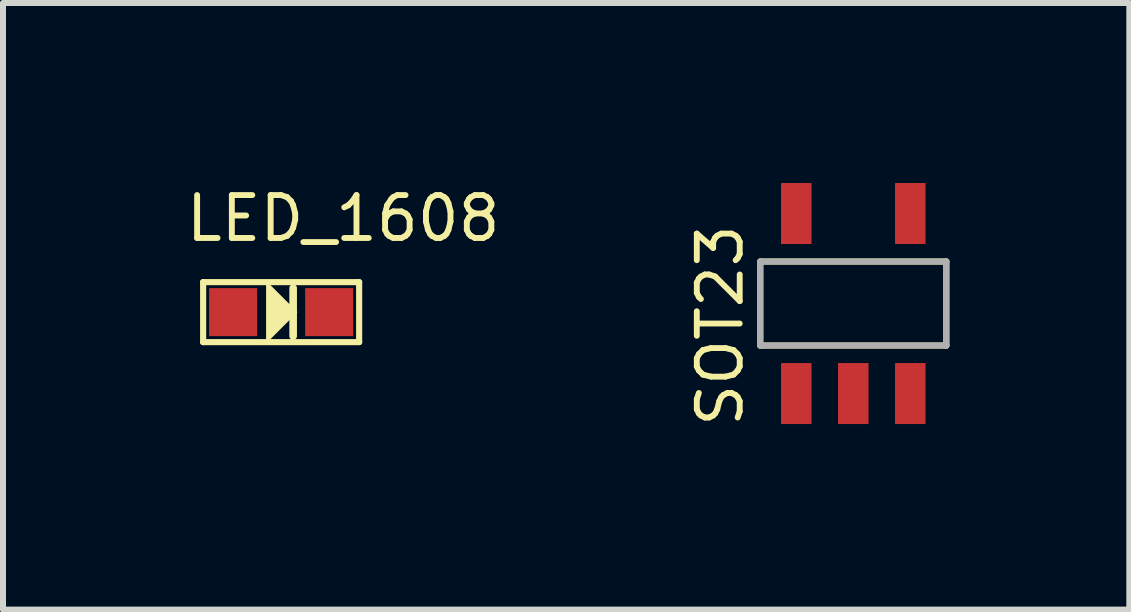
<source format=kicad_pcb>
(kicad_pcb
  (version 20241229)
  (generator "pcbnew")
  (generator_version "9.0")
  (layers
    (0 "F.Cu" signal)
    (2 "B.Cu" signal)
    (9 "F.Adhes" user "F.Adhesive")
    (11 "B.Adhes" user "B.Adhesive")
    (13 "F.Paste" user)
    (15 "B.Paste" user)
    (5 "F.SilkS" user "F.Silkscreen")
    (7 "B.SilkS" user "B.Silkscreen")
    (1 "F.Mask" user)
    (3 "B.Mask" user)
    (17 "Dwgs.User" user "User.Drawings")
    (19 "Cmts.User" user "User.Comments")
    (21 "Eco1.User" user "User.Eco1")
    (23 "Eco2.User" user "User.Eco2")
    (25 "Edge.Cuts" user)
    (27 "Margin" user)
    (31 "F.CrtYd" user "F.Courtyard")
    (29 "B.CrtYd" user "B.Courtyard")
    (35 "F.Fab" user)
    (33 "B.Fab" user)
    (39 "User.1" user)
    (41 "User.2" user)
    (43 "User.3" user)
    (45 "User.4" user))
  (footprint "SOT23"
    (layer "F.Cu")
    (at 11.169 2.008)
    (property "Reference" "SOT23" (at -1.8 2.1 90) (layer "F.SilkS") (effects (font (size 0.715 0.715) (thickness 0.098)) (justify left bottom)))
    (fp_line (start -1.55 -0.7) (end 1.55 -0.7) (stroke (width 0.102) (type solid)) (layer "F.SilkS"))
    (fp_line (start -1.55 0.7) (end -1.55 -0.7) (stroke (width 0.102) (type solid)) (layer "F.SilkS"))
    (fp_line (start 1.55 -0.7) (end 1.55 0.7) (stroke (width 0.102) (type solid)) (layer "F.SilkS"))
    (fp_line (start 1.55 0.7) (end -1.55 0.7) (stroke (width 0.102) (type solid)) (layer "F.SilkS"))
    (fp_line (start -1.55 -0.7) (end -1.55 0.7) (stroke (width 0.102) (type solid)) (layer "F.Fab"))
    (fp_line (start -1.55 0.7) (end 1.55 0.7) (stroke (width 0.102) (type solid)) (layer "F.Fab"))
    (fp_line (start 1.55 -0.7) (end -1.55 -0.7) (stroke (width 0.102) (type solid)) (layer "F.Fab"))
    (fp_line (start 1.55 0.7) (end 1.55 -0.7) (stroke (width 0.102) (type solid)) (layer "F.Fab"))
    (pad "1" smd rect (at -0.95 1.5 90) (size 1.016 0.508) (layers "F.Cu" "F.Mask" "F.Paste"))
    (pad "2" smd rect (at 0 1.5 90) (size 1.016 0.508) (layers "F.Cu" "F.Mask" "F.Paste"))
    (pad "3" smd rect (at 0.95 1.5 90) (size 1.016 0.508) (layers "F.Cu" "F.Mask" "F.Paste"))
    (pad "4" smd rect (at 0.95 -1.5 90) (size 1.016 0.508) (layers "F.Cu" "F.Mask" "F.Paste"))
    (pad "5" smd rect (at -0.95 -1.5 90) (size 1.016 0.508) (layers "F.Cu" "F.Mask" "F.Paste")))
  (footprint "LED_1608"
    (layer "F.Cu")
    (at 1.635 2.151)
    (property "Reference" "LED_1608" (at -1.635 -1.143 0) (layer "F.SilkS") (effects (font (size 0.715 0.715) (thickness 0.098)) (justify left bottom)))
    (fp_line (start -1.3 -0.5) (end 1.3 -0.5) (stroke (width 0.102) (type solid)) (layer "F.SilkS"))
    (fp_line (start -1.3 0.5) (end -1.3 -0.5) (stroke (width 0.102) (type solid)) (layer "F.SilkS"))
    (fp_line (start -1.3 0.5) (end 1.3 0.5) (stroke (width 0.102) (type solid)) (layer "F.SilkS"))
    (fp_line (start 0.2 -0.4) (end 0.2 0.4) (stroke (width 0.127) (type solid)) (layer "F.SilkS"))
    (fp_line (start 1.3 0.5) (end 1.3 -0.5) (stroke (width 0.102) (type solid)) (layer "F.SilkS"))
    (fp_poly (pts (xy 0.272 0) (xy -0.251 0.523) (xy -0.251 -0.523)) (stroke (width 0) (type default)) (fill yes) (layer "F.SilkS"))
    (pad "1" smd rect (at -0.8 0) (size 0.8 0.8) (layers "F.Cu" "F.Mask" "F.Paste"))
    (pad "2" smd rect (at 0.8 0) (size 0.8 0.8) (layers "F.Cu" "F.Mask" "F.Paste")))
  (gr_rect
    (start -3 -3)
    (end 15.769 7.108)
    (stroke (width 0.1) (type default))
    (fill no)
    (layer "Edge.Cuts")))
</source>
